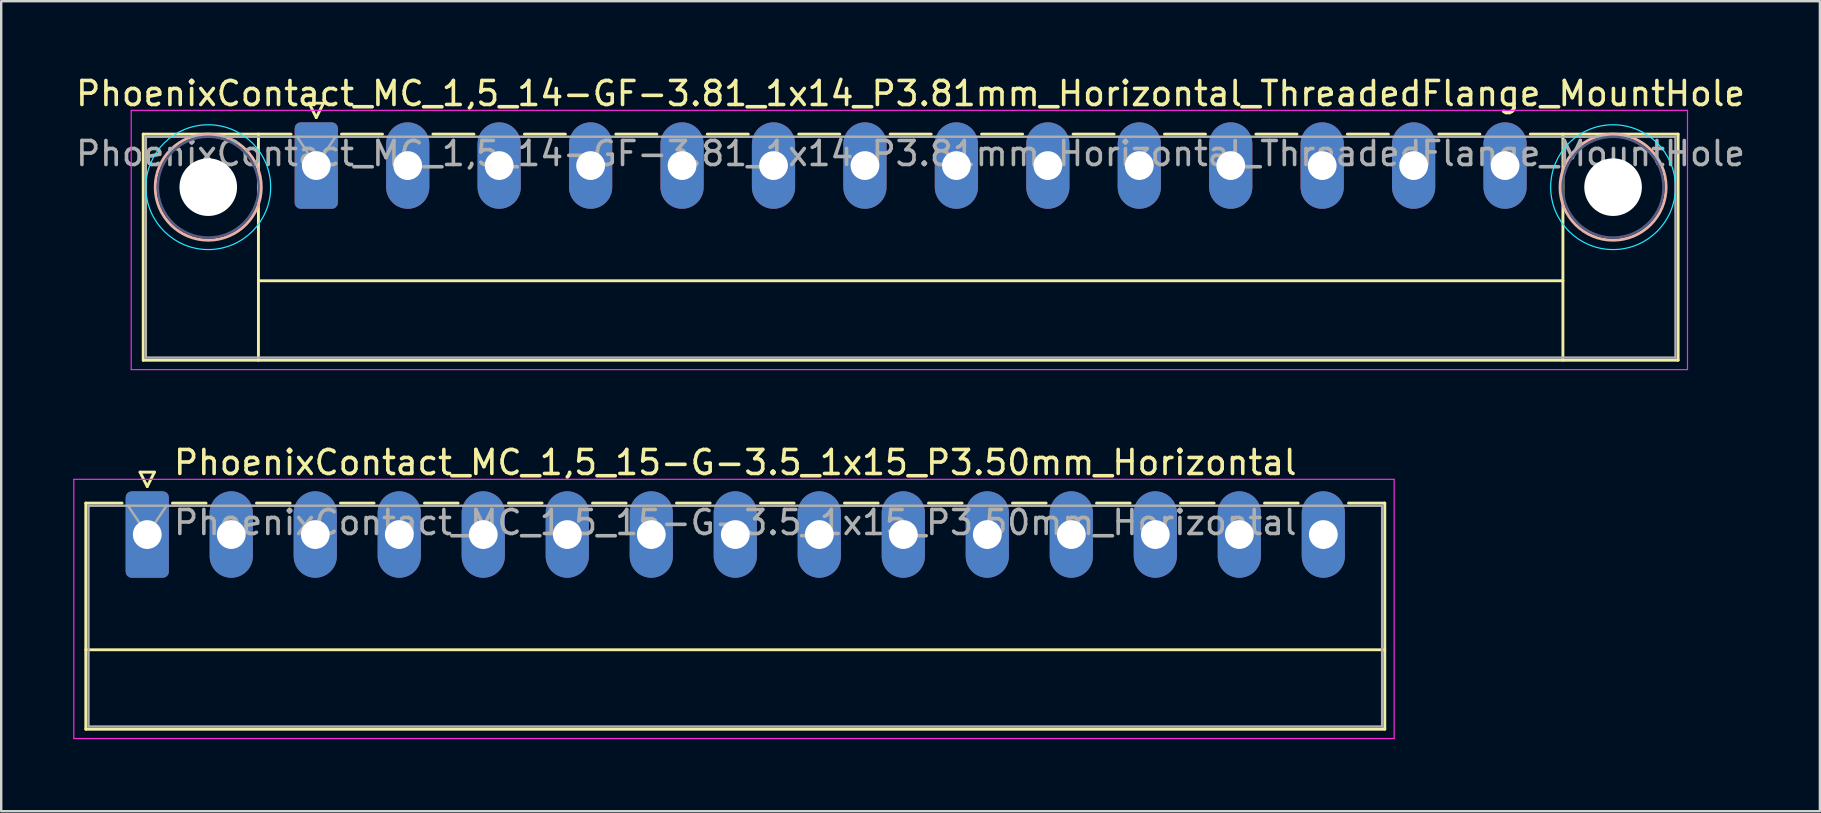
<source format=kicad_pcb>
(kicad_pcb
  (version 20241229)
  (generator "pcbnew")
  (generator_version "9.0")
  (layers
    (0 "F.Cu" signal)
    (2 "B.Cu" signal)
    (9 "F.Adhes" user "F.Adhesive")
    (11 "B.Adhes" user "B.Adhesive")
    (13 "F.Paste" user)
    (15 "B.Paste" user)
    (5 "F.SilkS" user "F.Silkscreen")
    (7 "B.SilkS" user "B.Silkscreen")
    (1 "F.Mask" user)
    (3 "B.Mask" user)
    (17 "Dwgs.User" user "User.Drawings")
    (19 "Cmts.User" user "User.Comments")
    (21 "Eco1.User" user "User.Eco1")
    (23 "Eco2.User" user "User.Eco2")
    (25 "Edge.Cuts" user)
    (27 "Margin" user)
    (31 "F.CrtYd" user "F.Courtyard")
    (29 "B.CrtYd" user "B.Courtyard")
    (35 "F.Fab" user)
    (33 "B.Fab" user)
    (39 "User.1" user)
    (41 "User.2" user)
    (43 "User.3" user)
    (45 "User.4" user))
  (footprint "PhoenixContact_MC_1,5_14-GF-3.81_1x14_P3.81mm_Horizontal_ThreadedFlange_MountHole"
    (layer "F.Cu")
    (at 10.127 3.848)
    (property "Reference" "PhoenixContact_MC_1,5_14-GF-3.81_1x14_P3.81mm_Horizontal_ThreadedFlange_MountHole" (at 24.76 -3 0) (layer "F.SilkS") (effects (font (size 1 1) (thickness 0.15))))
    (attr through_hole)
    (fp_line (start -7.21 -1.31) (end -7.21 8.11) (stroke (width 0.12) (type solid)) (layer "F.SilkS"))
    (fp_line (start -7.21 -1.31) (end -1.05 -1.31) (stroke (width 0.12) (type solid)) (layer "F.SilkS"))
    (fp_line (start -7.21 8.11) (end 56.74 8.11) (stroke (width 0.12) (type solid)) (layer "F.SilkS"))
    (fp_line (start -2.41 -1.31) (end -2.41 8.11) (stroke (width 0.12) (type solid)) (layer "F.SilkS"))
    (fp_line (start -2.41 4.8) (end 51.94 4.8) (stroke (width 0.12) (type solid)) (layer "F.SilkS"))
    (fp_line (start -0.3 -2.6) (end 0.3 -2.6) (stroke (width 0.12) (type solid)) (layer "F.SilkS"))
    (fp_line (start 0 -2) (end -0.3 -2.6) (stroke (width 0.12) (type solid)) (layer "F.SilkS"))
    (fp_line (start 0.3 -2.6) (end 0 -2) (stroke (width 0.12) (type solid)) (layer "F.SilkS"))
    (fp_line (start 1.05 -1.31) (end 2.76 -1.31) (stroke (width 0.12) (type solid)) (layer "F.SilkS"))
    (fp_line (start 4.86 -1.31) (end 6.57 -1.31) (stroke (width 0.12) (type solid)) (layer "F.SilkS"))
    (fp_line (start 8.67 -1.31) (end 10.38 -1.31) (stroke (width 0.12) (type solid)) (layer "F.SilkS"))
    (fp_line (start 12.48 -1.31) (end 14.19 -1.31) (stroke (width 0.12) (type solid)) (layer "F.SilkS"))
    (fp_line (start 16.29 -1.31) (end 18 -1.31) (stroke (width 0.12) (type solid)) (layer "F.SilkS"))
    (fp_line (start 20.1 -1.31) (end 21.81 -1.31) (stroke (width 0.12) (type solid)) (layer "F.SilkS"))
    (fp_line (start 23.91 -1.31) (end 25.62 -1.31) (stroke (width 0.12) (type solid)) (layer "F.SilkS"))
    (fp_line (start 27.72 -1.31) (end 29.43 -1.31) (stroke (width 0.12) (type solid)) (layer "F.SilkS"))
    (fp_line (start 31.53 -1.31) (end 33.24 -1.31) (stroke (width 0.12) (type solid)) (layer "F.SilkS"))
    (fp_line (start 35.34 -1.31) (end 37.05 -1.31) (stroke (width 0.12) (type solid)) (layer "F.SilkS"))
    (fp_line (start 39.15 -1.31) (end 40.86 -1.31) (stroke (width 0.12) (type solid)) (layer "F.SilkS"))
    (fp_line (start 42.96 -1.31) (end 44.67 -1.31) (stroke (width 0.12) (type solid)) (layer "F.SilkS"))
    (fp_line (start 46.77 -1.31) (end 48.48 -1.31) (stroke (width 0.12) (type solid)) (layer "F.SilkS"))
    (fp_line (start 51.94 -1.31) (end 51.94 8.11) (stroke (width 0.12) (type solid)) (layer "F.SilkS"))
    (fp_line (start 56.74 -1.31) (end 50.58 -1.31) (stroke (width 0.12) (type solid)) (layer "F.SilkS"))
    (fp_line (start 56.74 8.11) (end 56.74 -1.31) (stroke (width 0.12) (type solid)) (layer "F.SilkS"))
    (fp_circle (center -4.5 0.9) (end -2.29 0.9) (stroke (width 0.12) (type solid)) (fill no) (layer "B.SilkS"))
    (fp_circle (center 54.03 0.9) (end 56.24 0.9) (stroke (width 0.12) (type solid)) (fill no) (layer "B.SilkS"))
    (fp_circle (center -4.5 0.9) (end -1.9 0.9) (stroke (width 0.05) (type solid)) (fill no) (layer "B.CrtYd"))
    (fp_circle (center 54.03 0.9) (end 56.63 0.9) (stroke (width 0.05) (type solid)) (fill no) (layer "B.CrtYd"))
    (fp_line (start -7.71 -2.3) (end -7.71 8.5) (stroke (width 0.05) (type solid)) (layer "F.CrtYd"))
    (fp_line (start -7.71 8.5) (end 57.13 8.5) (stroke (width 0.05) (type solid)) (layer "F.CrtYd"))
    (fp_line (start 57.13 -2.3) (end -7.71 -2.3) (stroke (width 0.05) (type solid)) (layer "F.CrtYd"))
    (fp_line (start 57.13 8.5) (end 57.13 -2.3) (stroke (width 0.05) (type solid)) (layer "F.CrtYd"))
    (fp_circle (center -4.5 0.9) (end -2.4 0.9) (stroke (width 0.1) (type solid)) (fill no) (layer "B.Fab"))
    (fp_circle (center 54.03 0.9) (end 56.13 0.9) (stroke (width 0.1) (type solid)) (fill no) (layer "B.Fab"))
    (fp_line (start -7.1 -1.2) (end -7.1 8) (stroke (width 0.1) (type solid)) (layer "F.Fab"))
    (fp_line (start -7.1 8) (end 56.63 8) (stroke (width 0.1) (type solid)) (layer "F.Fab"))
    (fp_line (start 0 0) (end -0.8 -1.2) (stroke (width 0.1) (type solid)) (layer "F.Fab"))
    (fp_line (start 0.8 -1.2) (end 0 0) (stroke (width 0.1) (type solid)) (layer "F.Fab"))
    (fp_line (start 56.63 -1.2) (end -7.1 -1.2) (stroke (width 0.1) (type solid)) (layer "F.Fab"))
    (fp_line (start 56.63 8) (end 56.63 -1.2) (stroke (width 0.1) (type solid)) (layer "F.Fab"))
    (fp_text user "${REFERENCE}" (at 24.76 -0.5 0) (layer "F.Fab") (effects (font (size 1 1) (thickness 0.15))))
    (pad "" np_thru_hole circle (at -4.5 0.9) (size 2.4 2.4) (drill 2.4) (layers "*.Cu" "*.Mask"))
    (pad "" np_thru_hole circle (at 54.03 0.9) (size 2.4 2.4) (drill 2.4) (layers "*.Cu" "*.Mask"))
    (pad "1" thru_hole roundrect (at 0 0) (size 1.8 3.6) (drill 1.2) (layers "*.Cu" "*.Mask") (roundrect_rratio 0.139))
    (pad "2" thru_hole oval (at 3.81 0) (size 1.8 3.6) (drill 1.2) (layers "*.Cu" "*.Mask"))
    (pad "3" thru_hole oval (at 7.62 0) (size 1.8 3.6) (drill 1.2) (layers "*.Cu" "*.Mask"))
    (pad "4" thru_hole oval (at 11.43 0) (size 1.8 3.6) (drill 1.2) (layers "*.Cu" "*.Mask"))
    (pad "5" thru_hole oval (at 15.24 0) (size 1.8 3.6) (drill 1.2) (layers "*.Cu" "*.Mask"))
    (pad "6" thru_hole oval (at 19.05 0) (size 1.8 3.6) (drill 1.2) (layers "*.Cu" "*.Mask"))
    (pad "7" thru_hole oval (at 22.86 0) (size 1.8 3.6) (drill 1.2) (layers "*.Cu" "*.Mask"))
    (pad "8" thru_hole oval (at 26.67 0) (size 1.8 3.6) (drill 1.2) (layers "*.Cu" "*.Mask"))
    (pad "9" thru_hole oval (at 30.48 0) (size 1.8 3.6) (drill 1.2) (layers "*.Cu" "*.Mask"))
    (pad "10" thru_hole oval (at 34.29 0) (size 1.8 3.6) (drill 1.2) (layers "*.Cu" "*.Mask"))
    (pad "11" thru_hole oval (at 38.1 0) (size 1.8 3.6) (drill 1.2) (layers "*.Cu" "*.Mask"))
    (pad "12" thru_hole oval (at 41.91 0) (size 1.8 3.6) (drill 1.2) (layers "*.Cu" "*.Mask"))
    (pad "13" thru_hole oval (at 45.72 0) (size 1.8 3.6) (drill 1.2) (layers "*.Cu" "*.Mask"))
    (pad "14" thru_hole oval (at 49.53 0) (size 1.8 3.6) (drill 1.2) (layers "*.Cu" "*.Mask")))
  (footprint "PhoenixContact_MC_1,5_15-G-3.5_1x15_P3.50mm_Horizontal"
    (layer "F.Cu")
    (at 3.085 19.221)
    (property "Reference" "PhoenixContact_MC_1,5_15-G-3.5_1x15_P3.50mm_Horizontal" (at 24.5 -3 0) (layer "F.SilkS") (effects (font (size 1 1) (thickness 0.15))))
    (attr through_hole)
    (fp_line (start -2.56 -1.31) (end -2.56 8.11) (stroke (width 0.12) (type solid)) (layer "F.SilkS"))
    (fp_line (start -2.56 -1.31) (end -1.05 -1.31) (stroke (width 0.12) (type solid)) (layer "F.SilkS"))
    (fp_line (start -2.56 4.8) (end 51.56 4.8) (stroke (width 0.12) (type solid)) (layer "F.SilkS"))
    (fp_line (start -2.56 8.11) (end 51.56 8.11) (stroke (width 0.12) (type solid)) (layer "F.SilkS"))
    (fp_line (start -0.3 -2.6) (end 0.3 -2.6) (stroke (width 0.12) (type solid)) (layer "F.SilkS"))
    (fp_line (start 0 -2) (end -0.3 -2.6) (stroke (width 0.12) (type solid)) (layer "F.SilkS"))
    (fp_line (start 0.3 -2.6) (end 0 -2) (stroke (width 0.12) (type solid)) (layer "F.SilkS"))
    (fp_line (start 1.05 -1.31) (end 2.45 -1.31) (stroke (width 0.12) (type solid)) (layer "F.SilkS"))
    (fp_line (start 4.55 -1.31) (end 5.95 -1.31) (stroke (width 0.12) (type solid)) (layer "F.SilkS"))
    (fp_line (start 8.05 -1.31) (end 9.45 -1.31) (stroke (width 0.12) (type solid)) (layer "F.SilkS"))
    (fp_line (start 11.55 -1.31) (end 12.95 -1.31) (stroke (width 0.12) (type solid)) (layer "F.SilkS"))
    (fp_line (start 15.05 -1.31) (end 16.45 -1.31) (stroke (width 0.12) (type solid)) (layer "F.SilkS"))
    (fp_line (start 18.55 -1.31) (end 19.95 -1.31) (stroke (width 0.12) (type solid)) (layer "F.SilkS"))
    (fp_line (start 22.05 -1.31) (end 23.45 -1.31) (stroke (width 0.12) (type solid)) (layer "F.SilkS"))
    (fp_line (start 25.55 -1.31) (end 26.95 -1.31) (stroke (width 0.12) (type solid)) (layer "F.SilkS"))
    (fp_line (start 29.05 -1.31) (end 30.45 -1.31) (stroke (width 0.12) (type solid)) (layer "F.SilkS"))
    (fp_line (start 32.55 -1.31) (end 33.95 -1.31) (stroke (width 0.12) (type solid)) (layer "F.SilkS"))
    (fp_line (start 36.05 -1.31) (end 37.45 -1.31) (stroke (width 0.12) (type solid)) (layer "F.SilkS"))
    (fp_line (start 39.55 -1.31) (end 40.95 -1.31) (stroke (width 0.12) (type solid)) (layer "F.SilkS"))
    (fp_line (start 43.05 -1.31) (end 44.45 -1.31) (stroke (width 0.12) (type solid)) (layer "F.SilkS"))
    (fp_line (start 46.55 -1.31) (end 47.95 -1.31) (stroke (width 0.12) (type solid)) (layer "F.SilkS"))
    (fp_line (start 51.56 -1.31) (end 50.05 -1.31) (stroke (width 0.12) (type solid)) (layer "F.SilkS"))
    (fp_line (start 51.56 8.11) (end 51.56 -1.31) (stroke (width 0.12) (type solid)) (layer "F.SilkS"))
    (fp_line (start -3.06 -2.3) (end -3.06 8.5) (stroke (width 0.05) (type solid)) (layer "F.CrtYd"))
    (fp_line (start -3.06 8.5) (end 51.95 8.5) (stroke (width 0.05) (type solid)) (layer "F.CrtYd"))
    (fp_line (start 51.95 -2.3) (end -3.06 -2.3) (stroke (width 0.05) (type solid)) (layer "F.CrtYd"))
    (fp_line (start 51.95 8.5) (end 51.95 -2.3) (stroke (width 0.05) (type solid)) (layer "F.CrtYd"))
    (fp_line (start -2.45 -1.2) (end -2.45 8) (stroke (width 0.1) (type solid)) (layer "F.Fab"))
    (fp_line (start -2.45 8) (end 51.45 8) (stroke (width 0.1) (type solid)) (layer "F.Fab"))
    (fp_line (start 0 0) (end -0.8 -1.2) (stroke (width 0.1) (type solid)) (layer "F.Fab"))
    (fp_line (start 0.8 -1.2) (end 0 0) (stroke (width 0.1) (type solid)) (layer "F.Fab"))
    (fp_line (start 51.45 -1.2) (end -2.45 -1.2) (stroke (width 0.1) (type solid)) (layer "F.Fab"))
    (fp_line (start 51.45 8) (end 51.45 -1.2) (stroke (width 0.1) (type solid)) (layer "F.Fab"))
    (fp_text user "${REFERENCE}" (at 24.5 -0.5 0) (layer "F.Fab") (effects (font (size 1 1) (thickness 0.15))))
    (pad "1" thru_hole roundrect (at 0 0) (size 1.8 3.6) (drill 1.2) (layers "*.Cu" "*.Mask") (roundrect_rratio 0.139))
    (pad "2" thru_hole oval (at 3.5 0) (size 1.8 3.6) (drill 1.2) (layers "*.Cu" "*.Mask"))
    (pad "3" thru_hole oval (at 7 0) (size 1.8 3.6) (drill 1.2) (layers "*.Cu" "*.Mask"))
    (pad "4" thru_hole oval (at 10.5 0) (size 1.8 3.6) (drill 1.2) (layers "*.Cu" "*.Mask"))
    (pad "5" thru_hole oval (at 14 0) (size 1.8 3.6) (drill 1.2) (layers "*.Cu" "*.Mask"))
    (pad "6" thru_hole oval (at 17.5 0) (size 1.8 3.6) (drill 1.2) (layers "*.Cu" "*.Mask"))
    (pad "7" thru_hole oval (at 21 0) (size 1.8 3.6) (drill 1.2) (layers "*.Cu" "*.Mask"))
    (pad "8" thru_hole oval (at 24.5 0) (size 1.8 3.6) (drill 1.2) (layers "*.Cu" "*.Mask"))
    (pad "9" thru_hole oval (at 28 0) (size 1.8 3.6) (drill 1.2) (layers "*.Cu" "*.Mask"))
    (pad "10" thru_hole oval (at 31.5 0) (size 1.8 3.6) (drill 1.2) (layers "*.Cu" "*.Mask"))
    (pad "11" thru_hole oval (at 35 0) (size 1.8 3.6) (drill 1.2) (layers "*.Cu" "*.Mask"))
    (pad "12" thru_hole oval (at 38.5 0) (size 1.8 3.6) (drill 1.2) (layers "*.Cu" "*.Mask"))
    (pad "13" thru_hole oval (at 42 0) (size 1.8 3.6) (drill 1.2) (layers "*.Cu" "*.Mask"))
    (pad "14" thru_hole oval (at 45.5 0) (size 1.8 3.6) (drill 1.2) (layers "*.Cu" "*.Mask"))
    (pad "15" thru_hole oval (at 49 0) (size 1.8 3.6) (drill 1.2) (layers "*.Cu" "*.Mask")))
  (gr_rect
    (start -3 -3)
    (end 72.774 30.747)
    (stroke (width 0.1) (type default))
    (fill no)
    (layer "Edge.Cuts")))
</source>
